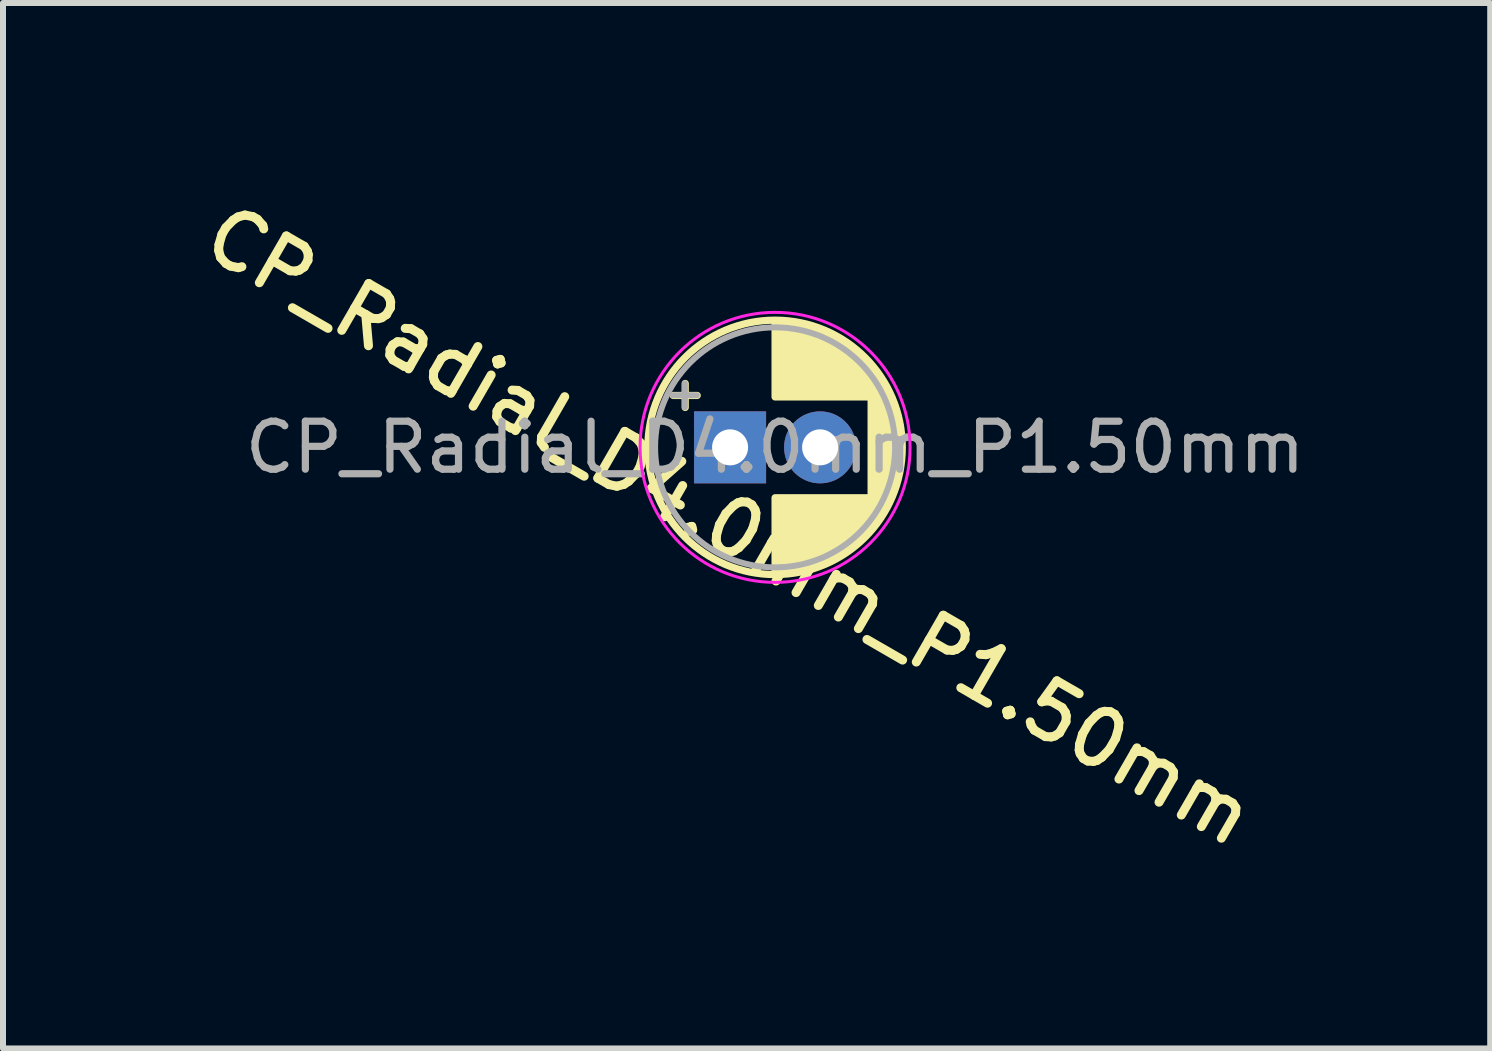
<source format=kicad_pcb>
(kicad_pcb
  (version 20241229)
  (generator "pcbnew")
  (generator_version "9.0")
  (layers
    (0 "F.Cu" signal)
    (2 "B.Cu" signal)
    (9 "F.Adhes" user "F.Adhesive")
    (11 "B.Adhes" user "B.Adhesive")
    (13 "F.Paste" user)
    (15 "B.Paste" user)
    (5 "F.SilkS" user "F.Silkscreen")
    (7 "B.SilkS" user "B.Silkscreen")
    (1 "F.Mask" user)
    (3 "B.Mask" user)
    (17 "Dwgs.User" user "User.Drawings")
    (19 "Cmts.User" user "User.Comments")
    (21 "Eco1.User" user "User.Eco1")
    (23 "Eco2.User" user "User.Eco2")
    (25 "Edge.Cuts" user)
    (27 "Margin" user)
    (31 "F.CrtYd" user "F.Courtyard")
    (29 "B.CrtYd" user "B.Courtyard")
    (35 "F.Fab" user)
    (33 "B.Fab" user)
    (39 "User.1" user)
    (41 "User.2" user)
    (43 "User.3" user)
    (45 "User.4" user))
  (footprint "CP_Radial_D4.0mm_P1.50mm"
    (layer "F.Cu")
    (at 9.118 4.406)
    (property "Reference" "CP_Radial_D4.0mm_P1.50mm" (at -0.014 1.306 150) (layer "F.SilkS") (effects (font (size 0.9 0.9) (thickness 0.15))))
    (attr through_hole)
    (fp_line (start -0.948 -0.865) (end -0.548 -0.865) (stroke (width 0.12) (type solid)) (layer "F.SilkS"))
    (fp_line (start -0.748 -1.065) (end -0.748 -0.665) (stroke (width 0.12) (type solid)) (layer "F.SilkS"))
    (fp_line (start 0.75 -2.08) (end 0.75 -0.84) (stroke (width 0.12) (type solid)) (layer "F.SilkS"))
    (fp_line (start 0.75 0.84) (end 0.75 2.08) (stroke (width 0.12) (type solid)) (layer "F.SilkS"))
    (fp_line (start 0.79 -2.08) (end 0.79 -0.84) (stroke (width 0.12) (type solid)) (layer "F.SilkS"))
    (fp_line (start 0.79 0.84) (end 0.79 2.08) (stroke (width 0.12) (type solid)) (layer "F.SilkS"))
    (fp_line (start 0.83 -2.079) (end 0.83 -0.84) (stroke (width 0.12) (type solid)) (layer "F.SilkS"))
    (fp_line (start 0.83 0.84) (end 0.83 2.079) (stroke (width 0.12) (type solid)) (layer "F.SilkS"))
    (fp_line (start 0.87 -2.077) (end 0.87 -0.84) (stroke (width 0.12) (type solid)) (layer "F.SilkS"))
    (fp_line (start 0.87 0.84) (end 0.87 2.077) (stroke (width 0.12) (type solid)) (layer "F.SilkS"))
    (fp_line (start 0.91 -2.074) (end 0.91 -0.84) (stroke (width 0.12) (type solid)) (layer "F.SilkS"))
    (fp_line (start 0.91 0.84) (end 0.91 2.074) (stroke (width 0.12) (type solid)) (layer "F.SilkS"))
    (fp_line (start 0.95 -2.071) (end 0.95 -0.84) (stroke (width 0.12) (type solid)) (layer "F.SilkS"))
    (fp_line (start 0.95 0.84) (end 0.95 2.071) (stroke (width 0.12) (type solid)) (layer "F.SilkS"))
    (fp_line (start 0.99 -2.067) (end 0.99 -0.84) (stroke (width 0.12) (type solid)) (layer "F.SilkS"))
    (fp_line (start 0.99 0.84) (end 0.99 2.067) (stroke (width 0.12) (type solid)) (layer "F.SilkS"))
    (fp_line (start 1.03 -2.062) (end 1.03 -0.84) (stroke (width 0.12) (type solid)) (layer "F.SilkS"))
    (fp_line (start 1.03 0.84) (end 1.03 2.062) (stroke (width 0.12) (type solid)) (layer "F.SilkS"))
    (fp_line (start 1.07 -2.056) (end 1.07 -0.84) (stroke (width 0.12) (type solid)) (layer "F.SilkS"))
    (fp_line (start 1.07 0.84) (end 1.07 2.056) (stroke (width 0.12) (type solid)) (layer "F.SilkS"))
    (fp_line (start 1.11 -2.05) (end 1.11 -0.84) (stroke (width 0.12) (type solid)) (layer "F.SilkS"))
    (fp_line (start 1.11 0.84) (end 1.11 2.05) (stroke (width 0.12) (type solid)) (layer "F.SilkS"))
    (fp_line (start 1.15 -2.042) (end 1.15 -0.84) (stroke (width 0.12) (type solid)) (layer "F.SilkS"))
    (fp_line (start 1.15 0.84) (end 1.15 2.042) (stroke (width 0.12) (type solid)) (layer "F.SilkS"))
    (fp_line (start 1.19 -2.034) (end 1.19 -0.84) (stroke (width 0.12) (type solid)) (layer "F.SilkS"))
    (fp_line (start 1.19 0.84) (end 1.19 2.034) (stroke (width 0.12) (type solid)) (layer "F.SilkS"))
    (fp_line (start 1.23 -2.025) (end 1.23 -0.84) (stroke (width 0.12) (type solid)) (layer "F.SilkS"))
    (fp_line (start 1.23 0.84) (end 1.23 2.025) (stroke (width 0.12) (type solid)) (layer "F.SilkS"))
    (fp_line (start 1.27 -2.016) (end 1.27 -0.84) (stroke (width 0.12) (type solid)) (layer "F.SilkS"))
    (fp_line (start 1.27 0.84) (end 1.27 2.016) (stroke (width 0.12) (type solid)) (layer "F.SilkS"))
    (fp_line (start 1.31 -2.005) (end 1.31 -0.84) (stroke (width 0.12) (type solid)) (layer "F.SilkS"))
    (fp_line (start 1.31 0.84) (end 1.31 2.005) (stroke (width 0.12) (type solid)) (layer "F.SilkS"))
    (fp_line (start 1.35 -1.994) (end 1.35 -0.84) (stroke (width 0.12) (type solid)) (layer "F.SilkS"))
    (fp_line (start 1.35 0.84) (end 1.35 1.994) (stroke (width 0.12) (type solid)) (layer "F.SilkS"))
    (fp_line (start 1.39 -1.982) (end 1.39 -0.84) (stroke (width 0.12) (type solid)) (layer "F.SilkS"))
    (fp_line (start 1.39 0.84) (end 1.39 1.982) (stroke (width 0.12) (type solid)) (layer "F.SilkS"))
    (fp_line (start 1.43 -1.968) (end 1.43 -0.84) (stroke (width 0.12) (type solid)) (layer "F.SilkS"))
    (fp_line (start 1.43 0.84) (end 1.43 1.968) (stroke (width 0.12) (type solid)) (layer "F.SilkS"))
    (fp_line (start 1.471 -1.954) (end 1.471 -0.84) (stroke (width 0.12) (type solid)) (layer "F.SilkS"))
    (fp_line (start 1.471 0.84) (end 1.471 1.954) (stroke (width 0.12) (type solid)) (layer "F.SilkS"))
    (fp_line (start 1.511 -1.94) (end 1.511 -0.84) (stroke (width 0.12) (type solid)) (layer "F.SilkS"))
    (fp_line (start 1.511 0.84) (end 1.511 1.94) (stroke (width 0.12) (type solid)) (layer "F.SilkS"))
    (fp_line (start 1.551 -1.924) (end 1.551 -0.84) (stroke (width 0.12) (type solid)) (layer "F.SilkS"))
    (fp_line (start 1.551 0.84) (end 1.551 1.924) (stroke (width 0.12) (type solid)) (layer "F.SilkS"))
    (fp_line (start 1.591 -1.907) (end 1.591 -0.84) (stroke (width 0.12) (type solid)) (layer "F.SilkS"))
    (fp_line (start 1.591 0.84) (end 1.591 1.907) (stroke (width 0.12) (type solid)) (layer "F.SilkS"))
    (fp_line (start 1.631 -1.889) (end 1.631 -0.84) (stroke (width 0.12) (type solid)) (layer "F.SilkS"))
    (fp_line (start 1.631 0.84) (end 1.631 1.889) (stroke (width 0.12) (type solid)) (layer "F.SilkS"))
    (fp_line (start 1.671 -1.87) (end 1.671 -0.84) (stroke (width 0.12) (type solid)) (layer "F.SilkS"))
    (fp_line (start 1.671 0.84) (end 1.671 1.87) (stroke (width 0.12) (type solid)) (layer "F.SilkS"))
    (fp_line (start 1.711 -1.851) (end 1.711 -0.84) (stroke (width 0.12) (type solid)) (layer "F.SilkS"))
    (fp_line (start 1.711 0.84) (end 1.711 1.851) (stroke (width 0.12) (type solid)) (layer "F.SilkS"))
    (fp_line (start 1.751 -1.83) (end 1.751 -0.84) (stroke (width 0.12) (type solid)) (layer "F.SilkS"))
    (fp_line (start 1.751 0.84) (end 1.751 1.83) (stroke (width 0.12) (type solid)) (layer "F.SilkS"))
    (fp_line (start 1.791 -1.808) (end 1.791 -0.84) (stroke (width 0.12) (type solid)) (layer "F.SilkS"))
    (fp_line (start 1.791 0.84) (end 1.791 1.808) (stroke (width 0.12) (type solid)) (layer "F.SilkS"))
    (fp_line (start 1.831 -1.785) (end 1.831 -0.84) (stroke (width 0.12) (type solid)) (layer "F.SilkS"))
    (fp_line (start 1.831 0.84) (end 1.831 1.785) (stroke (width 0.12) (type solid)) (layer "F.SilkS"))
    (fp_line (start 1.871 -1.76) (end 1.871 -0.84) (stroke (width 0.12) (type solid)) (layer "F.SilkS"))
    (fp_line (start 1.871 0.84) (end 1.871 1.76) (stroke (width 0.12) (type solid)) (layer "F.SilkS"))
    (fp_line (start 1.911 -1.735) (end 1.911 -0.84) (stroke (width 0.12) (type solid)) (layer "F.SilkS"))
    (fp_line (start 1.911 0.84) (end 1.911 1.735) (stroke (width 0.12) (type solid)) (layer "F.SilkS"))
    (fp_line (start 1.951 -1.708) (end 1.951 -0.84) (stroke (width 0.12) (type solid)) (layer "F.SilkS"))
    (fp_line (start 1.951 0.84) (end 1.951 1.708) (stroke (width 0.12) (type solid)) (layer "F.SilkS"))
    (fp_line (start 1.991 -1.68) (end 1.991 -0.84) (stroke (width 0.12) (type solid)) (layer "F.SilkS"))
    (fp_line (start 1.991 0.84) (end 1.991 1.68) (stroke (width 0.12) (type solid)) (layer "F.SilkS"))
    (fp_line (start 2.031 -1.65) (end 2.031 -0.84) (stroke (width 0.12) (type solid)) (layer "F.SilkS"))
    (fp_line (start 2.031 0.84) (end 2.031 1.65) (stroke (width 0.12) (type solid)) (layer "F.SilkS"))
    (fp_line (start 2.071 -1.619) (end 2.071 -0.84) (stroke (width 0.12) (type solid)) (layer "F.SilkS"))
    (fp_line (start 2.071 0.84) (end 2.071 1.619) (stroke (width 0.12) (type solid)) (layer "F.SilkS"))
    (fp_line (start 2.111 -1.587) (end 2.111 -0.84) (stroke (width 0.12) (type solid)) (layer "F.SilkS"))
    (fp_line (start 2.111 0.84) (end 2.111 1.587) (stroke (width 0.12) (type solid)) (layer "F.SilkS"))
    (fp_line (start 2.151 -1.552) (end 2.151 -0.84) (stroke (width 0.12) (type solid)) (layer "F.SilkS"))
    (fp_line (start 2.151 0.84) (end 2.151 1.552) (stroke (width 0.12) (type solid)) (layer "F.SilkS"))
    (fp_line (start 2.191 -1.516) (end 2.191 -0.84) (stroke (width 0.12) (type solid)) (layer "F.SilkS"))
    (fp_line (start 2.191 0.84) (end 2.191 1.516) (stroke (width 0.12) (type solid)) (layer "F.SilkS"))
    (fp_line (start 2.231 -1.478) (end 2.231 -0.84) (stroke (width 0.12) (type solid)) (layer "F.SilkS"))
    (fp_line (start 2.231 0.84) (end 2.231 1.478) (stroke (width 0.12) (type solid)) (layer "F.SilkS"))
    (fp_line (start 2.271 -1.438) (end 2.271 -0.84) (stroke (width 0.12) (type solid)) (layer "F.SilkS"))
    (fp_line (start 2.271 0.84) (end 2.271 1.438) (stroke (width 0.12) (type solid)) (layer "F.SilkS"))
    (fp_line (start 2.311 -1.396) (end 2.311 -0.84) (stroke (width 0.12) (type solid)) (layer "F.SilkS"))
    (fp_line (start 2.311 0.84) (end 2.311 1.396) (stroke (width 0.12) (type solid)) (layer "F.SilkS"))
    (fp_line (start 2.351 -1.351) (end 2.351 1.351) (stroke (width 0.12) (type solid)) (layer "F.SilkS"))
    (fp_line (start 2.391 -1.304) (end 2.391 1.304) (stroke (width 0.12) (type solid)) (layer "F.SilkS"))
    (fp_line (start 2.431 -1.254) (end 2.431 1.254) (stroke (width 0.12) (type solid)) (layer "F.SilkS"))
    (fp_line (start 2.471 -1.2) (end 2.471 1.2) (stroke (width 0.12) (type solid)) (layer "F.SilkS"))
    (fp_line (start 2.511 -1.142) (end 2.511 1.142) (stroke (width 0.12) (type solid)) (layer "F.SilkS"))
    (fp_line (start 2.551 -1.08) (end 2.551 1.08) (stroke (width 0.12) (type solid)) (layer "F.SilkS"))
    (fp_line (start 2.591 -1.013) (end 2.591 1.013) (stroke (width 0.12) (type solid)) (layer "F.SilkS"))
    (fp_line (start 2.631 -0.94) (end 2.631 0.94) (stroke (width 0.12) (type solid)) (layer "F.SilkS"))
    (fp_line (start 2.671 -0.859) (end 2.671 0.859) (stroke (width 0.12) (type solid)) (layer "F.SilkS"))
    (fp_line (start 2.711 -0.768) (end 2.711 0.768) (stroke (width 0.12) (type solid)) (layer "F.SilkS"))
    (fp_line (start 2.751 -0.664) (end 2.751 0.664) (stroke (width 0.12) (type solid)) (layer "F.SilkS"))
    (fp_line (start 2.791 -0.537) (end 2.791 0.537) (stroke (width 0.12) (type solid)) (layer "F.SilkS"))
    (fp_line (start 2.831 -0.37) (end 2.831 0.37) (stroke (width 0.12) (type solid)) (layer "F.SilkS"))
    (fp_circle (center 0.75 0) (end 2.87 0) (stroke (width 0.12) (type solid)) (fill no) (layer "F.SilkS"))
    (fp_circle (center 0.75 0) (end 3 0) (stroke (width 0.05) (type solid)) (fill no) (layer "F.CrtYd"))
    (fp_line (start -0.953 -0.868) (end -0.553 -0.868) (stroke (width 0.1) (type solid)) (layer "F.Fab"))
    (fp_line (start -0.753 -1.067) (end -0.753 -0.667) (stroke (width 0.1) (type solid)) (layer "F.Fab"))
    (fp_circle (center 0.75 0) (end 2.75 0) (stroke (width 0.1) (type solid)) (fill no) (layer "F.Fab"))
    (fp_text user "${REFERENCE}" (at 0.75 0 0) (layer "F.Fab") (effects (font (size 0.8 0.8) (thickness 0.12))))
    (pad "1" thru_hole rect (at 0 0) (size 1.2 1.2) (drill 0.6) (layers "*.Cu" "*.Mask"))
    (pad "2" thru_hole circle (at 1.5 0) (size 1.2 1.2) (drill 0.6) (layers "*.Cu" "*.Mask")))
  (gr_rect
    (start -3 -3)
    (end 21.787 14.424)
    (stroke (width 0.1) (type default))
    (fill no)
    (layer "Edge.Cuts")))
</source>
